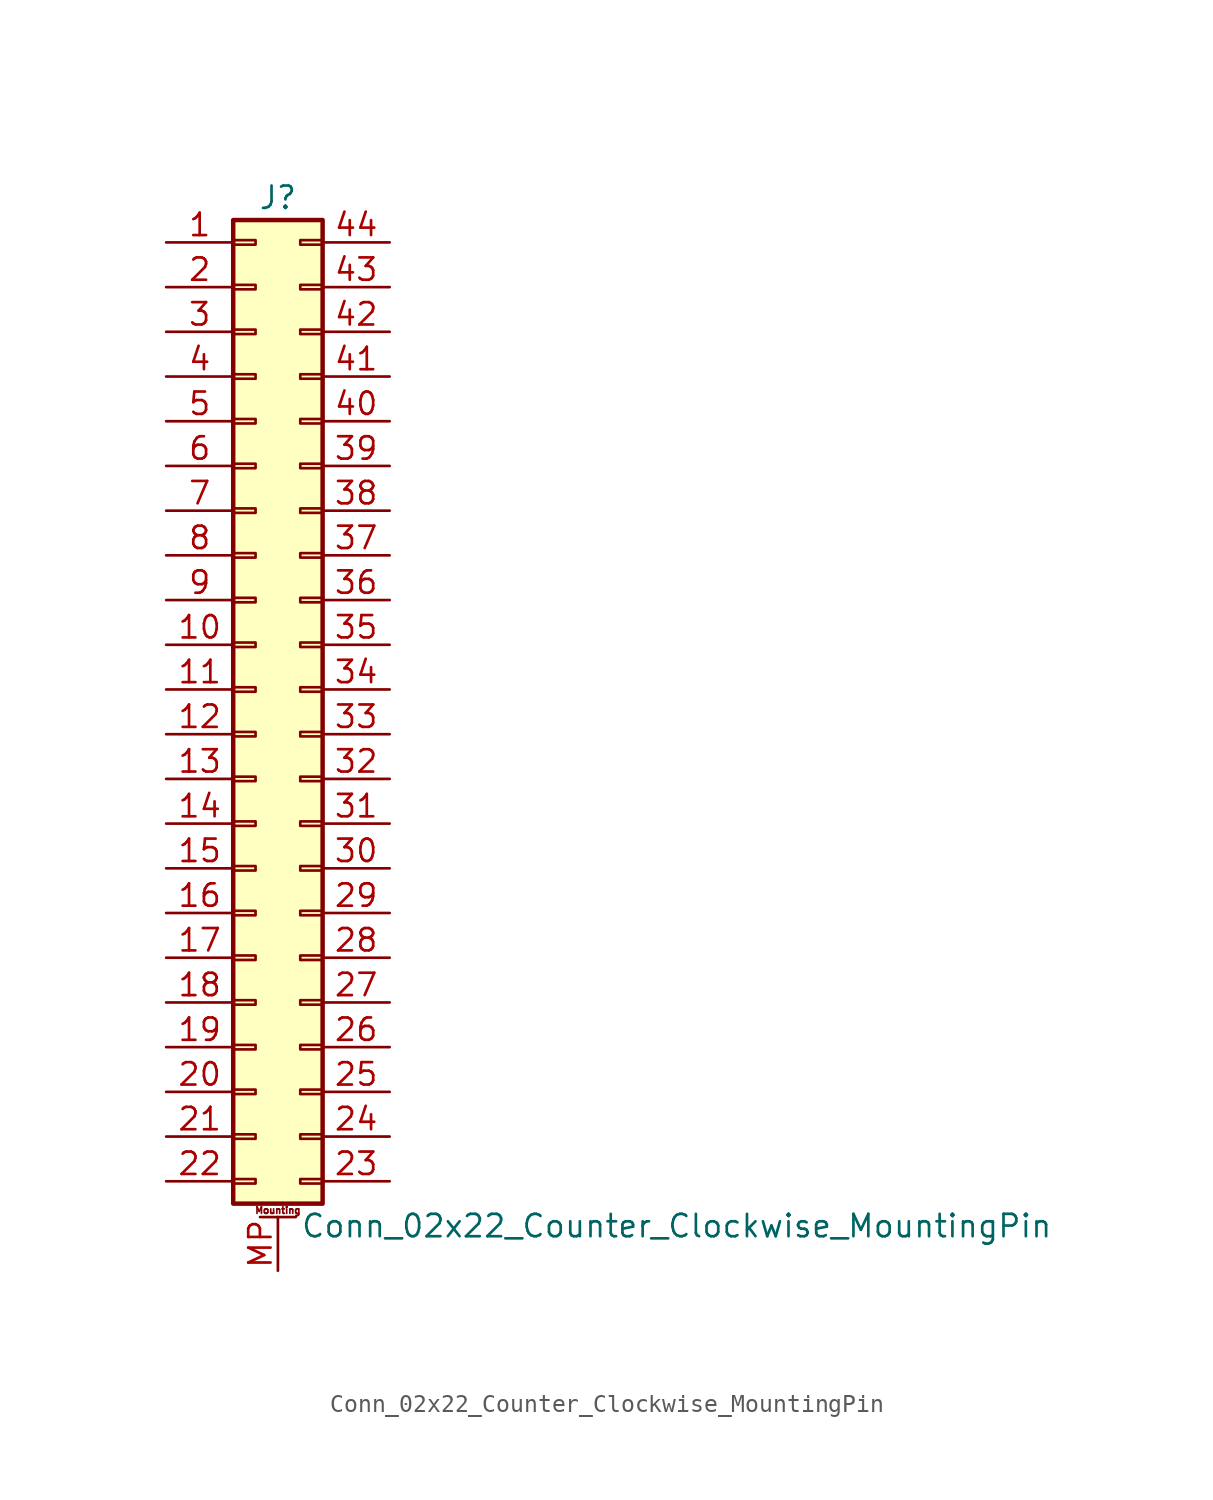
<source format=kicad_sym>
(kicad_symbol_lib
  (version 20220914)
  (generator kicad_symbol_editor)
  (symbol "Conn_02x22_Counter_Clockwise_MountingPin"
    (pin_names
      (offset 1.016) hide)
    (property "Reference" "J"
      (at 1.27 27.94 0)
      (effects (font (size 1.27 1.27))))
    (property "Value" "Conn_02x22_Counter_Clockwise_MountingPin"
      (at 2.54 -30.48 0)
      (effects (font (size 1.27 1.27)) (justify left)))
    (symbol "Conn_02x22_Counter_Clockwise_MountingPin_1_1"
      (rectangle (start -1.27 -27.813) (end 0 -28.067) (stroke (width 0.152) (type default)) (fill (type none)))
      (rectangle (start -1.27 -25.273) (end 0 -25.527) (stroke (width 0.152) (type default)) (fill (type none)))
      (rectangle (start -1.27 -22.733) (end 0 -22.987) (stroke (width 0.152) (type default)) (fill (type none)))
      (rectangle (start -1.27 -20.193) (end 0 -20.447) (stroke (width 0.152) (type default)) (fill (type none)))
      (rectangle (start -1.27 -17.653) (end 0 -17.907) (stroke (width 0.152) (type default)) (fill (type none)))
      (rectangle (start -1.27 -15.113) (end 0 -15.367) (stroke (width 0.152) (type default)) (fill (type none)))
      (rectangle (start -1.27 -12.573) (end 0 -12.827) (stroke (width 0.152) (type default)) (fill (type none)))
      (rectangle (start -1.27 -10.033) (end 0 -10.287) (stroke (width 0.152) (type default)) (fill (type none)))
      (rectangle (start -1.27 -7.493) (end 0 -7.747) (stroke (width 0.152) (type default)) (fill (type none)))
      (rectangle (start -1.27 -4.953) (end 0 -5.207) (stroke (width 0.152) (type default)) (fill (type none)))
      (rectangle (start -1.27 -2.413) (end 0 -2.667) (stroke (width 0.152) (type default)) (fill (type none)))
      (rectangle (start -1.27 0.127) (end 0 -0.127) (stroke (width 0.152) (type default)) (fill (type none)))
      (rectangle (start -1.27 2.667) (end 0 2.413) (stroke (width 0.152) (type default)) (fill (type none)))
      (rectangle (start -1.27 5.207) (end 0 4.953) (stroke (width 0.152) (type default)) (fill (type none)))
      (rectangle (start -1.27 7.747) (end 0 7.493) (stroke (width 0.152) (type default)) (fill (type none)))
      (rectangle (start -1.27 10.287) (end 0 10.033) (stroke (width 0.152) (type default)) (fill (type none)))
      (rectangle (start -1.27 12.827) (end 0 12.573) (stroke (width 0.152) (type default)) (fill (type none)))
      (rectangle (start -1.27 15.367) (end 0 15.113) (stroke (width 0.152) (type default)) (fill (type none)))
      (rectangle (start -1.27 17.907) (end 0 17.653) (stroke (width 0.152) (type default)) (fill (type none)))
      (rectangle (start -1.27 20.447) (end 0 20.193) (stroke (width 0.152) (type default)) (fill (type none)))
      (rectangle (start -1.27 22.987) (end 0 22.733) (stroke (width 0.152) (type default)) (fill (type none)))
      (rectangle (start -1.27 25.527) (end 0 25.273) (stroke (width 0.152) (type default)) (fill (type none)))
      (rectangle (start -1.27 26.67) (end 3.81 -29.21) (stroke (width 0.254) (type default)) (fill (type background)))
      (polyline (pts (xy 0.254 -29.972) (xy 2.286 -29.972)) (stroke (width 0.152) (type default)) (fill (type none)))
      (rectangle (start 3.81 -27.813) (end 2.54 -28.067) (stroke (width 0.152) (type default)) (fill (type none)))
      (rectangle (start 3.81 -25.273) (end 2.54 -25.527) (stroke (width 0.152) (type default)) (fill (type none)))
      (rectangle (start 3.81 -22.733) (end 2.54 -22.987) (stroke (width 0.152) (type default)) (fill (type none)))
      (rectangle (start 3.81 -20.193) (end 2.54 -20.447) (stroke (width 0.152) (type default)) (fill (type none)))
      (rectangle (start 3.81 -17.653) (end 2.54 -17.907) (stroke (width 0.152) (type default)) (fill (type none)))
      (rectangle (start 3.81 -15.113) (end 2.54 -15.367) (stroke (width 0.152) (type default)) (fill (type none)))
      (rectangle (start 3.81 -12.573) (end 2.54 -12.827) (stroke (width 0.152) (type default)) (fill (type none)))
      (rectangle (start 3.81 -10.033) (end 2.54 -10.287) (stroke (width 0.152) (type default)) (fill (type none)))
      (rectangle (start 3.81 -7.493) (end 2.54 -7.747) (stroke (width 0.152) (type default)) (fill (type none)))
      (rectangle (start 3.81 -4.953) (end 2.54 -5.207) (stroke (width 0.152) (type default)) (fill (type none)))
      (rectangle (start 3.81 -2.413) (end 2.54 -2.667) (stroke (width 0.152) (type default)) (fill (type none)))
      (rectangle (start 3.81 0.127) (end 2.54 -0.127) (stroke (width 0.152) (type default)) (fill (type none)))
      (rectangle (start 3.81 2.667) (end 2.54 2.413) (stroke (width 0.152) (type default)) (fill (type none)))
      (rectangle (start 3.81 5.207) (end 2.54 4.953) (stroke (width 0.152) (type default)) (fill (type none)))
      (rectangle (start 3.81 7.747) (end 2.54 7.493) (stroke (width 0.152) (type default)) (fill (type none)))
      (rectangle (start 3.81 10.287) (end 2.54 10.033) (stroke (width 0.152) (type default)) (fill (type none)))
      (rectangle (start 3.81 12.827) (end 2.54 12.573) (stroke (width 0.152) (type default)) (fill (type none)))
      (rectangle (start 3.81 15.367) (end 2.54 15.113) (stroke (width 0.152) (type default)) (fill (type none)))
      (rectangle (start 3.81 17.907) (end 2.54 17.653) (stroke (width 0.152) (type default)) (fill (type none)))
      (rectangle (start 3.81 20.447) (end 2.54 20.193) (stroke (width 0.152) (type default)) (fill (type none)))
      (rectangle (start 3.81 22.987) (end 2.54 22.733) (stroke (width 0.152) (type default)) (fill (type none)))
      (rectangle (start 3.81 25.527) (end 2.54 25.273) (stroke (width 0.152) (type default)) (fill (type none)))
      (text "Mounting" (at 1.27 -29.591 0) (effects (font (size 0.381 0.381))))
      (pin passive line (at -5.08 25.4 0) (length 3.81) (name "Pin_1" (effects (font (size 1.27 1.27)))) (number "1" (effects (font (size 1.27 1.27)))))
      (pin passive line (at -5.08 2.54 0) (length 3.81) (name "Pin_10" (effects (font (size 1.27 1.27)))) (number "10" (effects (font (size 1.27 1.27)))))
      (pin passive line (at -5.08 0 0) (length 3.81) (name "Pin_11" (effects (font (size 1.27 1.27)))) (number "11" (effects (font (size 1.27 1.27)))))
      (pin passive line (at -5.08 -2.54 0) (length 3.81) (name "Pin_12" (effects (font (size 1.27 1.27)))) (number "12" (effects (font (size 1.27 1.27)))))
      (pin passive line (at -5.08 -5.08 0) (length 3.81) (name "Pin_13" (effects (font (size 1.27 1.27)))) (number "13" (effects (font (size 1.27 1.27)))))
      (pin passive line (at -5.08 -7.62 0) (length 3.81) (name "Pin_14" (effects (font (size 1.27 1.27)))) (number "14" (effects (font (size 1.27 1.27)))))
      (pin passive line (at -5.08 -10.16 0) (length 3.81) (name "Pin_15" (effects (font (size 1.27 1.27)))) (number "15" (effects (font (size 1.27 1.27)))))
      (pin passive line (at -5.08 -12.7 0) (length 3.81) (name "Pin_16" (effects (font (size 1.27 1.27)))) (number "16" (effects (font (size 1.27 1.27)))))
      (pin passive line (at -5.08 -15.24 0) (length 3.81) (name "Pin_17" (effects (font (size 1.27 1.27)))) (number "17" (effects (font (size 1.27 1.27)))))
      (pin passive line (at -5.08 -17.78 0) (length 3.81) (name "Pin_18" (effects (font (size 1.27 1.27)))) (number "18" (effects (font (size 1.27 1.27)))))
      (pin passive line (at -5.08 -20.32 0) (length 3.81) (name "Pin_19" (effects (font (size 1.27 1.27)))) (number "19" (effects (font (size 1.27 1.27)))))
      (pin passive line (at -5.08 22.86 0) (length 3.81) (name "Pin_2" (effects (font (size 1.27 1.27)))) (number "2" (effects (font (size 1.27 1.27)))))
      (pin passive line (at -5.08 -22.86 0) (length 3.81) (name "Pin_20" (effects (font (size 1.27 1.27)))) (number "20" (effects (font (size 1.27 1.27)))))
      (pin passive line (at -5.08 -25.4 0) (length 3.81) (name "Pin_21" (effects (font (size 1.27 1.27)))) (number "21" (effects (font (size 1.27 1.27)))))
      (pin passive line (at -5.08 -27.94 0) (length 3.81) (name "Pin_22" (effects (font (size 1.27 1.27)))) (number "22" (effects (font (size 1.27 1.27)))))
      (pin passive line (at 7.62 -27.94 180) (length 3.81) (name "Pin_23" (effects (font (size 1.27 1.27)))) (number "23" (effects (font (size 1.27 1.27)))))
      (pin passive line (at 7.62 -25.4 180) (length 3.81) (name "Pin_24" (effects (font (size 1.27 1.27)))) (number "24" (effects (font (size 1.27 1.27)))))
      (pin passive line (at 7.62 -22.86 180) (length 3.81) (name "Pin_25" (effects (font (size 1.27 1.27)))) (number "25" (effects (font (size 1.27 1.27)))))
      (pin passive line (at 7.62 -20.32 180) (length 3.81) (name "Pin_26" (effects (font (size 1.27 1.27)))) (number "26" (effects (font (size 1.27 1.27)))))
      (pin passive line (at 7.62 -17.78 180) (length 3.81) (name "Pin_27" (effects (font (size 1.27 1.27)))) (number "27" (effects (font (size 1.27 1.27)))))
      (pin passive line (at 7.62 -15.24 180) (length 3.81) (name "Pin_28" (effects (font (size 1.27 1.27)))) (number "28" (effects (font (size 1.27 1.27)))))
      (pin passive line (at 7.62 -12.7 180) (length 3.81) (name "Pin_29" (effects (font (size 1.27 1.27)))) (number "29" (effects (font (size 1.27 1.27)))))
      (pin passive line (at -5.08 20.32 0) (length 3.81) (name "Pin_3" (effects (font (size 1.27 1.27)))) (number "3" (effects (font (size 1.27 1.27)))))
      (pin passive line (at 7.62 -10.16 180) (length 3.81) (name "Pin_30" (effects (font (size 1.27 1.27)))) (number "30" (effects (font (size 1.27 1.27)))))
      (pin passive line (at 7.62 -7.62 180) (length 3.81) (name "Pin_31" (effects (font (size 1.27 1.27)))) (number "31" (effects (font (size 1.27 1.27)))))
      (pin passive line (at 7.62 -5.08 180) (length 3.81) (name "Pin_32" (effects (font (size 1.27 1.27)))) (number "32" (effects (font (size 1.27 1.27)))))
      (pin passive line (at 7.62 -2.54 180) (length 3.81) (name "Pin_33" (effects (font (size 1.27 1.27)))) (number "33" (effects (font (size 1.27 1.27)))))
      (pin passive line (at 7.62 0 180) (length 3.81) (name "Pin_34" (effects (font (size 1.27 1.27)))) (number "34" (effects (font (size 1.27 1.27)))))
      (pin passive line (at 7.62 2.54 180) (length 3.81) (name "Pin_35" (effects (font (size 1.27 1.27)))) (number "35" (effects (font (size 1.27 1.27)))))
      (pin passive line (at 7.62 5.08 180) (length 3.81) (name "Pin_36" (effects (font (size 1.27 1.27)))) (number "36" (effects (font (size 1.27 1.27)))))
      (pin passive line (at 7.62 7.62 180) (length 3.81) (name "Pin_37" (effects (font (size 1.27 1.27)))) (number "37" (effects (font (size 1.27 1.27)))))
      (pin passive line (at 7.62 10.16 180) (length 3.81) (name "Pin_38" (effects (font (size 1.27 1.27)))) (number "38" (effects (font (size 1.27 1.27)))))
      (pin passive line (at 7.62 12.7 180) (length 3.81) (name "Pin_39" (effects (font (size 1.27 1.27)))) (number "39" (effects (font (size 1.27 1.27)))))
      (pin passive line (at -5.08 17.78 0) (length 3.81) (name "Pin_4" (effects (font (size 1.27 1.27)))) (number "4" (effects (font (size 1.27 1.27)))))
      (pin passive line (at 7.62 15.24 180) (length 3.81) (name "Pin_40" (effects (font (size 1.27 1.27)))) (number "40" (effects (font (size 1.27 1.27)))))
      (pin passive line (at 7.62 17.78 180) (length 3.81) (name "Pin_41" (effects (font (size 1.27 1.27)))) (number "41" (effects (font (size 1.27 1.27)))))
      (pin passive line (at 7.62 20.32 180) (length 3.81) (name "Pin_42" (effects (font (size 1.27 1.27)))) (number "42" (effects (font (size 1.27 1.27)))))
      (pin passive line (at 7.62 22.86 180) (length 3.81) (name "Pin_43" (effects (font (size 1.27 1.27)))) (number "43" (effects (font (size 1.27 1.27)))))
      (pin passive line (at 7.62 25.4 180) (length 3.81) (name "Pin_44" (effects (font (size 1.27 1.27)))) (number "44" (effects (font (size 1.27 1.27)))))
      (pin passive line (at -5.08 15.24 0) (length 3.81) (name "Pin_5" (effects (font (size 1.27 1.27)))) (number "5" (effects (font (size 1.27 1.27)))))
      (pin passive line (at -5.08 12.7 0) (length 3.81) (name "Pin_6" (effects (font (size 1.27 1.27)))) (number "6" (effects (font (size 1.27 1.27)))))
      (pin passive line (at -5.08 10.16 0) (length 3.81) (name "Pin_7" (effects (font (size 1.27 1.27)))) (number "7" (effects (font (size 1.27 1.27)))))
      (pin passive line (at -5.08 7.62 0) (length 3.81) (name "Pin_8" (effects (font (size 1.27 1.27)))) (number "8" (effects (font (size 1.27 1.27)))))
      (pin passive line (at -5.08 5.08 0) (length 3.81) (name "Pin_9" (effects (font (size 1.27 1.27)))) (number "9" (effects (font (size 1.27 1.27)))))
      (pin passive line (at 1.27 -33.02 90) (length 3.048) (name "MountPin" (effects (font (size 1.27 1.27)))) (number "MP" (effects (font (size 1.27 1.27))))))))
</source>
